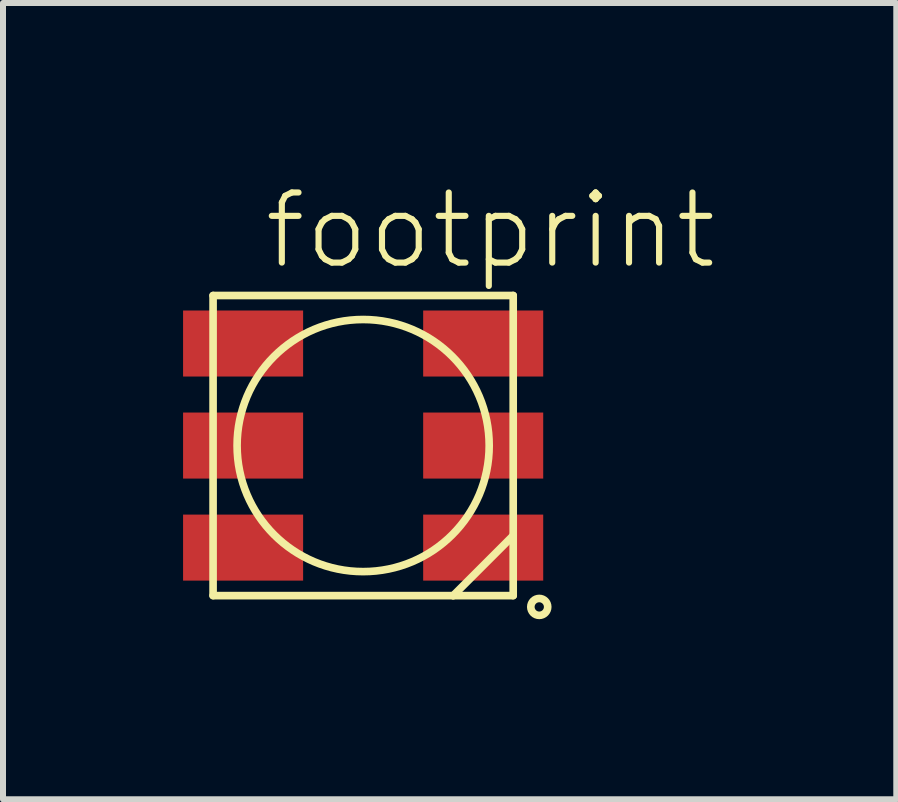
<source format=kicad_pcb>
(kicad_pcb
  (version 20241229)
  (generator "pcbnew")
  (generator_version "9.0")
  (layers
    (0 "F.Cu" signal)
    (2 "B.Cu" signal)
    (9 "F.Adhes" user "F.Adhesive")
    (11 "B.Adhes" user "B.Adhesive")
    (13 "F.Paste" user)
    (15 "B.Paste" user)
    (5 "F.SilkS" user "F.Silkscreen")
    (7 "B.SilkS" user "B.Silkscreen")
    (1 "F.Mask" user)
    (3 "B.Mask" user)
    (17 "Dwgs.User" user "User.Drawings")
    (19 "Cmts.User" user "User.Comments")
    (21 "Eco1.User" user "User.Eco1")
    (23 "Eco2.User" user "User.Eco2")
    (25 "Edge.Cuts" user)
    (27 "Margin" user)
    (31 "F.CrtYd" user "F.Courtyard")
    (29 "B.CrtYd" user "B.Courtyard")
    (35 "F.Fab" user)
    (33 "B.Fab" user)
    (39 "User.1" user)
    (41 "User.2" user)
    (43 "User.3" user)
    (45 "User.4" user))
  (footprint "footprint"
    (layer "F.Cu")
    (at 3 4.373)
    (property "Reference" "footprint" (at -1.7 -2.9 0) (layer "F.SilkS") (effects (font (size 1.168 1.168) (thickness 0.102)) (justify left bottom)))
    (fp_line (start -2.5 -2.5) (end 2.5 -2.5) (stroke (width 0.127) (type solid)) (layer "F.SilkS"))
    (fp_line (start -2.5 2.5) (end -2.5 -2.5) (stroke (width 0.127) (type solid)) (layer "F.SilkS"))
    (fp_line (start 1.5 2.5) (end -2.5 2.5) (stroke (width 0.127) (type solid)) (layer "F.SilkS"))
    (fp_line (start 1.5 2.5) (end 2.5 1.5) (stroke (width 0.127) (type solid)) (layer "F.SilkS"))
    (fp_line (start 2.5 -2.5) (end 2.5 1.5) (stroke (width 0.127) (type solid)) (layer "F.SilkS"))
    (fp_line (start 2.5 1.5) (end 2.5 2.5) (stroke (width 0.127) (type solid)) (layer "F.SilkS"))
    (fp_line (start 2.5 2.5) (end 1.5 2.5) (stroke (width 0.127) (type solid)) (layer "F.SilkS"))
    (fp_circle (center 0 0) (end 2.1 0) (stroke (width 0.127) (type solid)) (fill no) (layer "F.SilkS"))
    (fp_circle (center 2.934 2.688) (end 3.075 2.688) (stroke (width 0.127) (type solid)) (fill no) (layer "F.SilkS"))
    (pad "DI" smd rect (at 2 0) (size 2 1.1) (layers "F.Cu" "F.Mask" "F.Paste"))
    (pad "DO" smd rect (at 2 1.7) (size 2 1.1) (layers "F.Cu" "F.Mask" "F.Paste"))
    (pad "LEDVDD" smd rect (at -2 0) (size 2 1.1) (layers "F.Cu" "F.Mask" "F.Paste"))
    (pad "NC" smd rect (at -2 -1.7) (size 2 1.1) (layers "F.Cu" "F.Mask" "F.Paste"))
    (pad "VDD" smd rect (at 2 -1.7) (size 2 1.1) (layers "F.Cu" "F.Mask" "F.Paste"))
    (pad "VSS" smd rect (at -2 1.7) (size 2 1.1) (layers "F.Cu" "F.Mask" "F.Paste")))
  (gr_rect
    (start -3 -3)
    (end 11.882 10.266)
    (stroke (width 0.1) (type default))
    (fill no)
    (layer "Edge.Cuts")))
</source>
